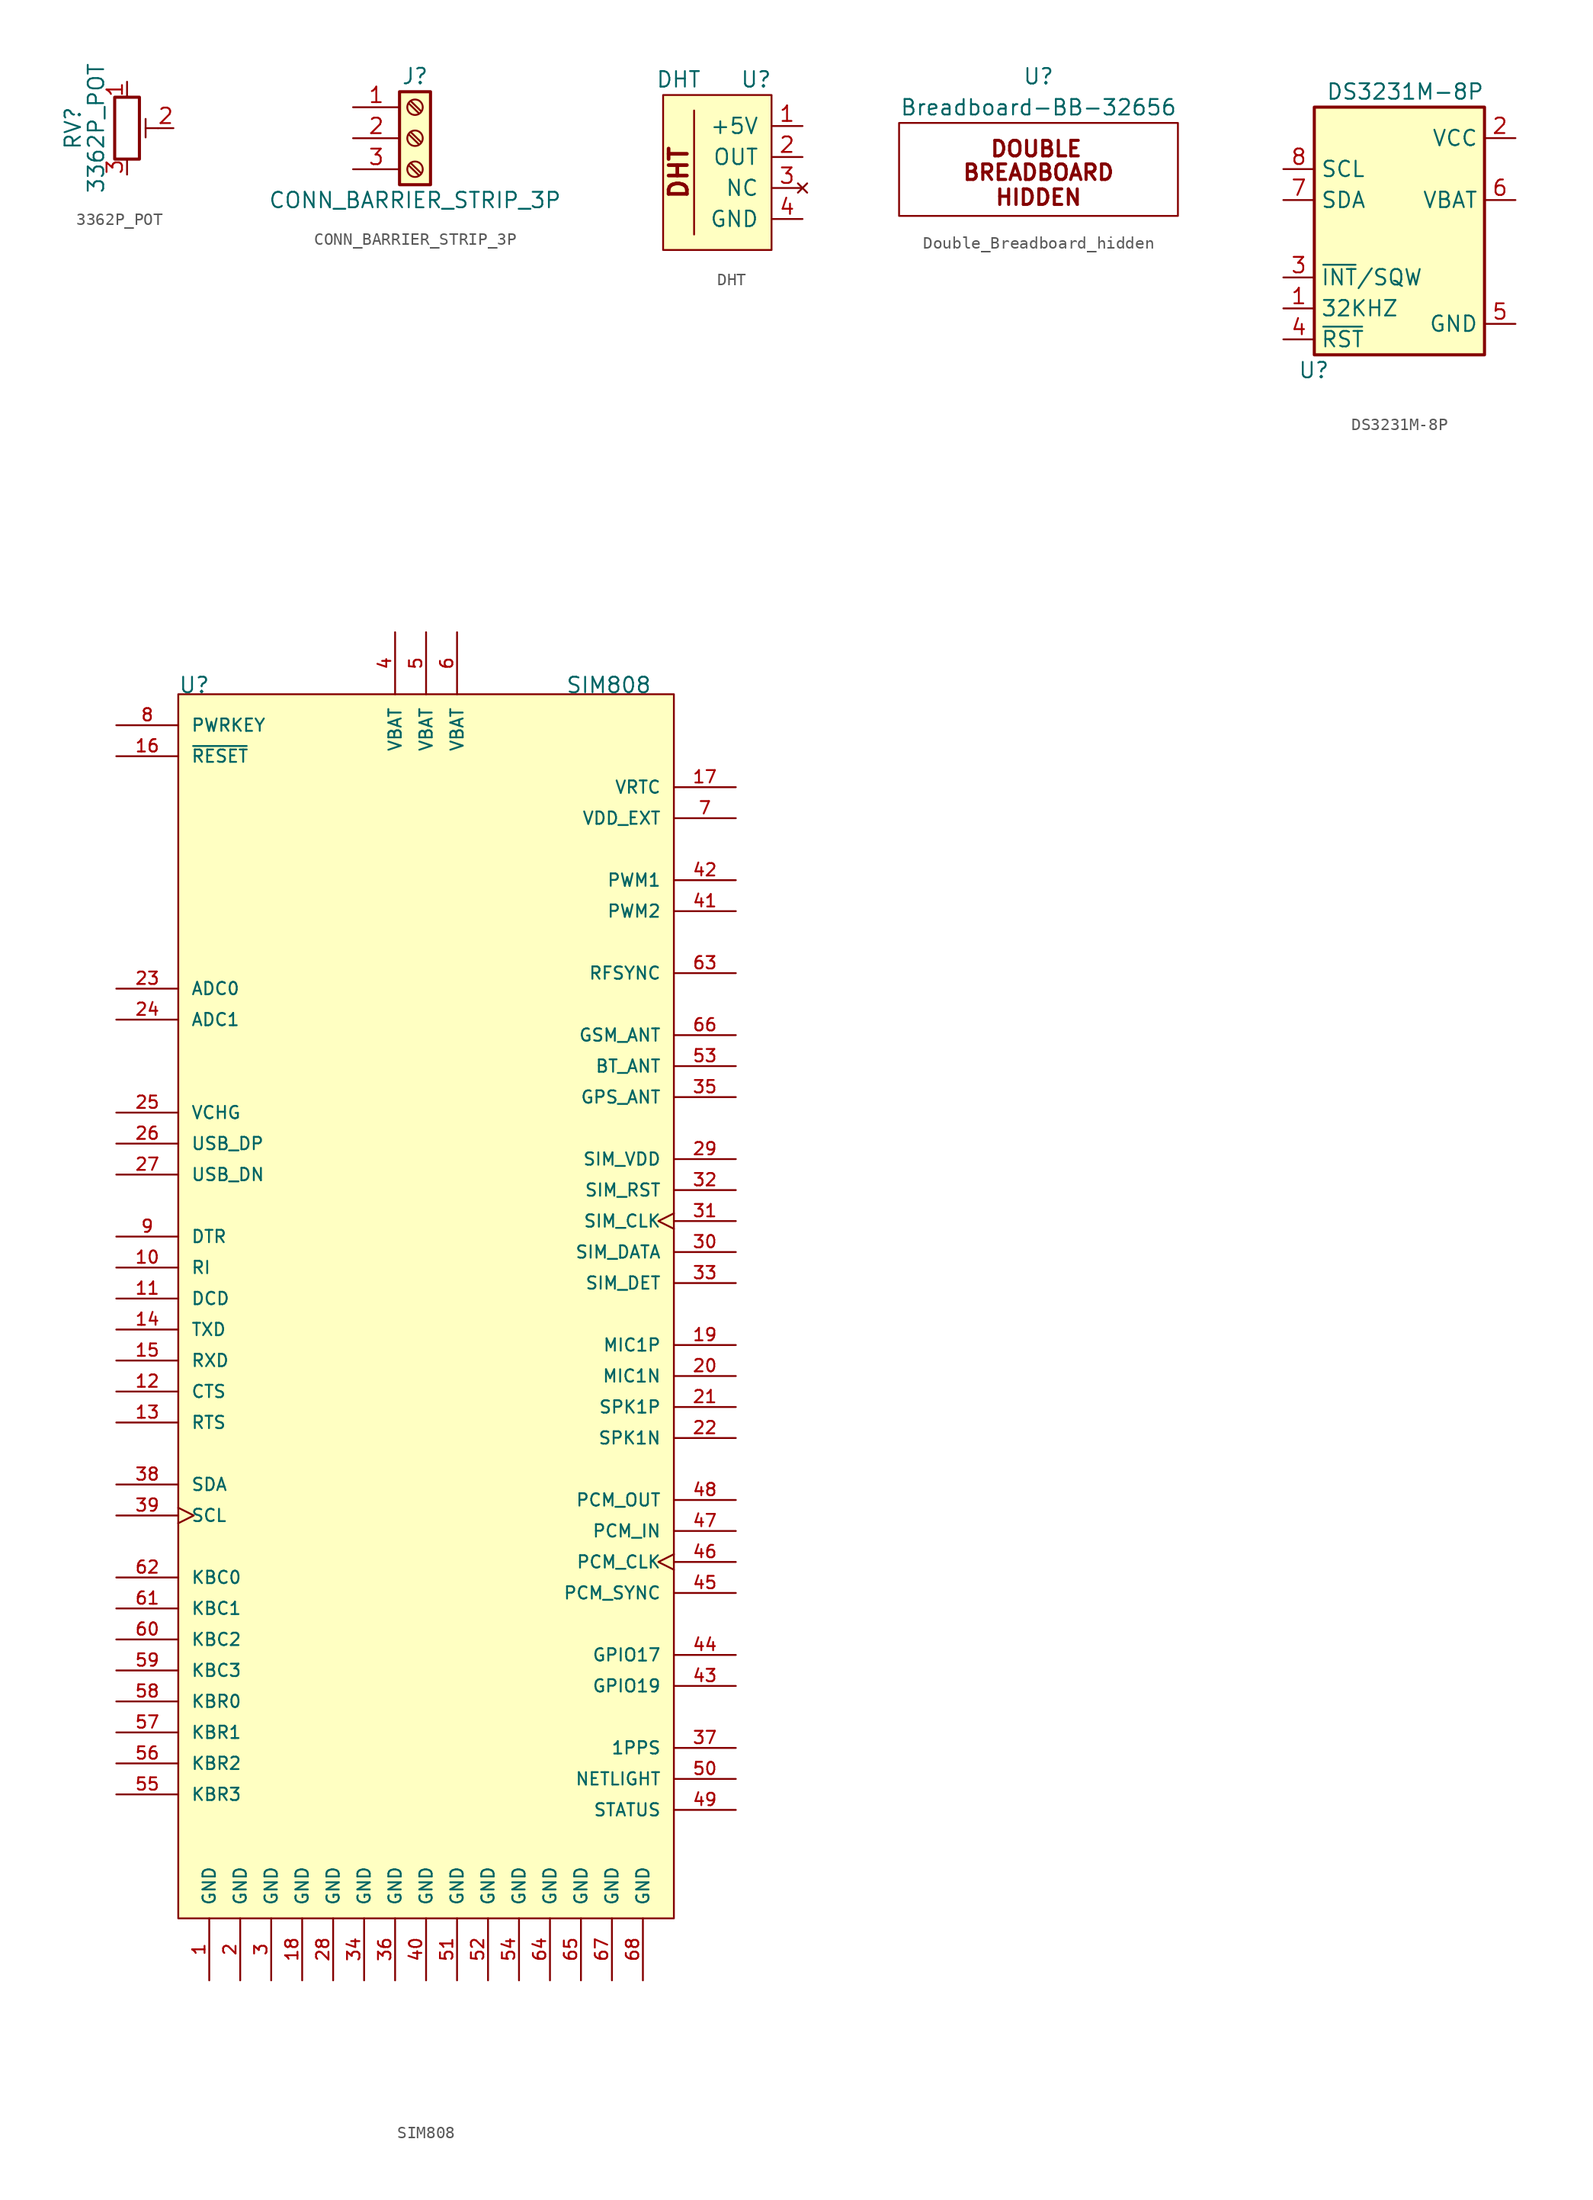
<source format=kicad_sym>
(kicad_symbol_lib
  (version 20220914)
  (generator kicad_symbol_editor)
  (symbol "3362P_POT"
    (pin_names
      (offset 1.016) hide)
    (property "Reference" "RV"
      (at -4.445 0 90)
      (effects (font (size 1.27 1.27))))
    (property "Value" "3362P_POT"
      (at -2.54 0 90)
      (effects (font (size 1.27 1.27))))
    (symbol "3362P_POT_0_1"
      (polyline (pts (xy 1.524 0.762) (xy 1.524 -0.762)) (stroke (width 0) (type solid)) (fill (type none)))
      (polyline (pts (xy 2.54 0) (xy 1.524 0)) (stroke (width 0) (type solid)) (fill (type none)))
      (rectangle (start 1.016 2.54) (end -1.016 -2.54) (stroke (width 0.254) (type solid)) (fill (type none))))
    (symbol "3362P_POT_1_1"
      (pin passive line (at 0 3.81 270) (length 1.27) (name "1" (effects (font (size 1.27 1.27)))) (number "1" (effects (font (size 1.27 1.27)))))
      (pin passive line (at 3.81 0 180) (length 1.27) (name "2" (effects (font (size 1.27 1.27)))) (number "2" (effects (font (size 1.27 1.27)))))
      (pin passive line (at 0 -3.81 90) (length 1.27) (name "3" (effects (font (size 1.27 1.27)))) (number "3" (effects (font (size 1.27 1.27)))))))
  (symbol "CONN_BARRIER_STRIP_3P"
    (pin_names
      (offset 1.016) hide)
    (property "Reference" "J"
      (at 0 5.08 0)
      (effects (font (size 1.27 1.27))))
    (property "Value" "CONN_BARRIER_STRIP_3P"
      (at 0 -5.08 0)
      (effects (font (size 1.27 1.27))))
    (symbol "CONN_BARRIER_STRIP_3P_1_1"
      (rectangle (start -1.27 3.81) (end 1.27 -3.81) (stroke (width 0.254) (type default)) (fill (type background)))
      (circle (center 0 -2.54) (radius 0.635) (stroke (width 0.152) (type default)) (fill (type none)))
      (polyline (pts (xy -0.533 -2.21) (xy 0.33 -3.048)) (stroke (width 0.152) (type default)) (fill (type none)))
      (polyline (pts (xy -0.533 0.33) (xy 0.33 -0.508)) (stroke (width 0.152) (type default)) (fill (type none)))
      (polyline (pts (xy -0.533 2.87) (xy 0.33 2.032)) (stroke (width 0.152) (type default)) (fill (type none)))
      (polyline (pts (xy -0.356 -2.032) (xy 0.508 -2.87)) (stroke (width 0.152) (type default)) (fill (type none)))
      (polyline (pts (xy -0.356 0.508) (xy 0.508 -0.33)) (stroke (width 0.152) (type default)) (fill (type none)))
      (polyline (pts (xy -0.356 3.048) (xy 0.508 2.21)) (stroke (width 0.152) (type default)) (fill (type none)))
      (circle (center 0 0) (radius 0.635) (stroke (width 0.152) (type default)) (fill (type none)))
      (circle (center 0 2.54) (radius 0.635) (stroke (width 0.152) (type default)) (fill (type none)))
      (pin passive line (at -5.08 2.54 0) (length 3.81) (name "Pin_1" (effects (font (size 1.27 1.27)))) (number "1" (effects (font (size 1.27 1.27)))))
      (pin passive line (at -5.08 0 0) (length 3.81) (name "Pin_2" (effects (font (size 1.27 1.27)))) (number "2" (effects (font (size 1.27 1.27)))))
      (pin passive line (at -5.08 -2.54 0) (length 3.81) (name "Pin_3" (effects (font (size 1.27 1.27)))) (number "3" (effects (font (size 1.27 1.27)))))))
  (symbol "DHT"
    (pin_names
      (offset 1.016))
    (property "Reference" "U"
      (at 2.54 7.62 0)
      (effects (font (size 1.27 1.27))))
    (property "Value" "DHT"
      (at -3.81 7.62 0)
      (effects (font (size 1.27 1.27))))
    (symbol "DHT_0_0"
      (polyline (pts (xy -2.54 5.08) (xy -2.54 -5.08)) (stroke (width 0) (type solid)) (fill (type none)))
      (text "DHT" (at -3.81 0 900) (effects (font (size 1.499 1.499) bold))))
    (symbol "DHT_0_1"
      (rectangle (start 3.81 -6.35) (end -5.08 6.35) (stroke (width 0) (type solid)) (fill (type background))))
    (symbol "DHT_1_1"
      (pin power_in line (at 6.35 3.81 180) (length 2.54) (name "+5V" (effects (font (size 1.27 1.27)))) (number "1" (effects (font (size 1.27 1.27)))))
      (pin output line (at 6.35 1.27 180) (length 2.54) (name "OUT" (effects (font (size 1.27 1.27)))) (number "2" (effects (font (size 1.27 1.27)))))
      (pin no_connect line (at 6.35 -1.27 180) (length 2.54) (name "NC" (effects (font (size 1.27 1.27)))) (number "3" (effects (font (size 1.27 1.27)))))
      (pin power_in line (at 6.35 -3.81 180) (length 2.54) (name "GND" (effects (font (size 1.27 1.27)))) (number "4" (effects (font (size 1.27 1.27)))))))
  (symbol "Double_Breadboard_hidden"
    (property "Reference" "U"
      (at 0 8.89 0)
      (effects (font (size 1.27 1.27))))
    (property "Value" "Breadboard-BB-32656"
      (at 0 6.35 0)
      (effects (font (size 1.27 1.27))))
    (symbol "Double_Breadboard_hidden_0_1"
      (rectangle (start -11.43 5.08) (end 11.43 -2.54) (stroke (width 0) (type default)) (fill (type none)))
      (text "BREADBOARD\nHIDDEN" (at 0 0 0) (effects (font (size 1.27 1.27) bold)))
      (text "DOUBLE" (at -0.19 2.957 0) (effects (font (size 1.27 1.27) bold)))))
  (symbol "DS3231M-8P"
    (property "Reference" "U"
      (at -5.08 -11.43 0)
      (effects (font (size 1.27 1.27)) (justify right)))
    (property "Value" "DS3231M-8P"
      (at 7.62 11.43 0)
      (effects (font (size 1.27 1.27)) (justify right)))
    (symbol "DS3231M-8P_0_1"
      (rectangle (start -6.35 10.16) (end 7.62 -10.16) (stroke (width 0.254) (type solid)) (fill (type background))))
    (symbol "DS3231M-8P_1_1"
      (pin open_collector line (at -8.89 -6.35 0) (length 2.54) (name "32KHZ" (effects (font (size 1.27 1.27)))) (number "1" (effects (font (size 1.27 1.27)))))
      (pin power_in line (at 10.16 7.62 180) (length 2.54) (name "VCC" (effects (font (size 1.27 1.27)))) (number "2" (effects (font (size 1.27 1.27)))))
      (pin open_collector line (at -8.89 -3.81 0) (length 2.54) (name "~{INT}/SQW" (effects (font (size 1.27 1.27)))) (number "3" (effects (font (size 1.27 1.27)))))
      (pin bidirectional line (at -8.89 -8.89 0) (length 2.54) (name "~{RST}" (effects (font (size 1.27 1.27)))) (number "4" (effects (font (size 1.27 1.27)))))
      (pin power_in line (at 10.16 -7.62 180) (length 2.54) (name "GND" (effects (font (size 1.27 1.27)))) (number "5" (effects (font (size 1.27 1.27)))))
      (pin power_in line (at 10.16 2.54 180) (length 2.54) (name "VBAT" (effects (font (size 1.27 1.27)))) (number "6" (effects (font (size 1.27 1.27)))))
      (pin bidirectional line (at -8.89 2.54 0) (length 2.54) (name "SDA" (effects (font (size 1.27 1.27)))) (number "7" (effects (font (size 1.27 1.27)))))
      (pin input line (at -8.89 5.08 0) (length 2.54) (name "SCL" (effects (font (size 1.27 1.27)))) (number "8" (effects (font (size 1.27 1.27)))))))
  (symbol "SIM808"
    (pin_names
      (offset 1.016))
    (property "Reference" "U"
      (at -20.32 54.61 0)
      (effects (font (size 1.27 1.27)) (justify left bottom)))
    (property "Value" "SIM808"
      (at 11.43 54.61 0)
      (effects (font (size 1.27 1.27)) (justify left bottom)))
    (symbol "SIM808_0_0"
      (rectangle (start -20.32 54.61) (end 20.32 -45.72) (stroke (width 0.152) (type default)) (fill (type background)))
      (pin power_in line (at -17.78 -50.8 90) (length 5.08) (name "GND" (effects (font (size 1.016 1.016)))) (number "1" (effects (font (size 1.016 1.016)))))
      (pin output line (at -25.4 7.62 0) (length 5.08) (name "RI" (effects (font (size 1.016 1.016)))) (number "10" (effects (font (size 1.016 1.016)))))
      (pin output line (at -25.4 5.08 0) (length 5.08) (name "DCD" (effects (font (size 1.016 1.016)))) (number "11" (effects (font (size 1.016 1.016)))))
      (pin output line (at -25.4 -2.54 0) (length 5.08) (name "CTS" (effects (font (size 1.016 1.016)))) (number "12" (effects (font (size 1.016 1.016)))))
      (pin input line (at -25.4 -5.08 0) (length 5.08) (name "RTS" (effects (font (size 1.016 1.016)))) (number "13" (effects (font (size 1.016 1.016)))))
      (pin output line (at -25.4 2.54 0) (length 5.08) (name "TXD" (effects (font (size 1.016 1.016)))) (number "14" (effects (font (size 1.016 1.016)))))
      (pin input line (at -25.4 0 0) (length 5.08) (name "RXD" (effects (font (size 1.016 1.016)))) (number "15" (effects (font (size 1.016 1.016)))))
      (pin input line (at -25.4 49.53 0) (length 5.08) (name "~{RESET}" (effects (font (size 1.016 1.016)))) (number "16" (effects (font (size 1.016 1.016)))))
      (pin bidirectional line (at 25.4 46.99 180) (length 5.08) (name "VRTC" (effects (font (size 1.016 1.016)))) (number "17" (effects (font (size 1.016 1.016)))))
      (pin power_in line (at -10.16 -50.8 90) (length 5.08) (name "GND" (effects (font (size 1.016 1.016)))) (number "18" (effects (font (size 1.016 1.016)))))
      (pin input line (at 25.4 1.27 180) (length 5.08) (name "MIC1P" (effects (font (size 1.016 1.016)))) (number "19" (effects (font (size 1.016 1.016)))))
      (pin power_in line (at -15.24 -50.8 90) (length 5.08) (name "GND" (effects (font (size 1.016 1.016)))) (number "2" (effects (font (size 1.016 1.016)))))
      (pin input line (at 25.4 -1.27 180) (length 5.08) (name "MIC1N" (effects (font (size 1.016 1.016)))) (number "20" (effects (font (size 1.016 1.016)))))
      (pin output line (at 25.4 -3.81 180) (length 5.08) (name "SPK1P" (effects (font (size 1.016 1.016)))) (number "21" (effects (font (size 1.016 1.016)))))
      (pin output line (at 25.4 -6.35 180) (length 5.08) (name "SPK1N" (effects (font (size 1.016 1.016)))) (number "22" (effects (font (size 1.016 1.016)))))
      (pin input line (at -25.4 30.48 0) (length 5.08) (name "ADC0" (effects (font (size 1.016 1.016)))) (number "23" (effects (font (size 1.016 1.016)))))
      (pin input line (at -25.4 27.94 0) (length 5.08) (name "ADC1" (effects (font (size 1.016 1.016)))) (number "24" (effects (font (size 1.016 1.016)))))
      (pin input line (at -25.4 20.32 0) (length 5.08) (name "VCHG" (effects (font (size 1.016 1.016)))) (number "25" (effects (font (size 1.016 1.016)))))
      (pin bidirectional line (at -25.4 17.78 0) (length 5.08) (name "USB_DP" (effects (font (size 1.016 1.016)))) (number "26" (effects (font (size 1.016 1.016)))))
      (pin bidirectional line (at -25.4 15.24 0) (length 5.08) (name "USB_DN" (effects (font (size 1.016 1.016)))) (number "27" (effects (font (size 1.016 1.016)))))
      (pin power_in line (at -7.62 -50.8 90) (length 5.08) (name "GND" (effects (font (size 1.016 1.016)))) (number "28" (effects (font (size 1.016 1.016)))))
      (pin output line (at 25.4 16.51 180) (length 5.08) (name "SIM_VDD" (effects (font (size 1.016 1.016)))) (number "29" (effects (font (size 1.016 1.016)))))
      (pin power_in line (at -12.7 -50.8 90) (length 5.08) (name "GND" (effects (font (size 1.016 1.016)))) (number "3" (effects (font (size 1.016 1.016)))))
      (pin bidirectional line (at 25.4 8.89 180) (length 5.08) (name "SIM_DATA" (effects (font (size 1.016 1.016)))) (number "30" (effects (font (size 1.016 1.016)))))
      (pin output clock (at 25.4 11.43 180) (length 5.08) (name "SIM_CLK" (effects (font (size 1.016 1.016)))) (number "31" (effects (font (size 1.016 1.016)))))
      (pin output line (at 25.4 13.97 180) (length 5.08) (name "SIM_RST" (effects (font (size 1.016 1.016)))) (number "32" (effects (font (size 1.016 1.016)))))
      (pin input line (at 25.4 6.35 180) (length 5.08) (name "SIM_DET" (effects (font (size 1.016 1.016)))) (number "33" (effects (font (size 1.016 1.016)))))
      (pin power_in line (at -5.08 -50.8 90) (length 5.08) (name "GND" (effects (font (size 1.016 1.016)))) (number "34" (effects (font (size 1.016 1.016)))))
      (pin input line (at 25.4 21.59 180) (length 5.08) (name "GPS_ANT" (effects (font (size 1.016 1.016)))) (number "35" (effects (font (size 1.016 1.016)))))
      (pin power_in line (at -2.54 -50.8 90) (length 5.08) (name "GND" (effects (font (size 1.016 1.016)))) (number "36" (effects (font (size 1.016 1.016)))))
      (pin output line (at 25.4 -31.75 180) (length 5.08) (name "1PPS" (effects (font (size 1.016 1.016)))) (number "37" (effects (font (size 1.016 1.016)))))
      (pin bidirectional line (at -25.4 -10.16 0) (length 5.08) (name "SDA" (effects (font (size 1.016 1.016)))) (number "38" (effects (font (size 1.016 1.016)))))
      (pin input clock (at -25.4 -12.7 0) (length 5.08) (name "SCL" (effects (font (size 1.016 1.016)))) (number "39" (effects (font (size 1.016 1.016)))))
      (pin power_in line (at -2.54 59.69 270) (length 5.08) (name "VBAT" (effects (font (size 1.016 1.016)))) (number "4" (effects (font (size 1.016 1.016)))))
      (pin power_in line (at 0 -50.8 90) (length 5.08) (name "GND" (effects (font (size 1.016 1.016)))) (number "40" (effects (font (size 1.016 1.016)))))
      (pin output line (at 25.4 36.83 180) (length 5.08) (name "PWM2" (effects (font (size 1.016 1.016)))) (number "41" (effects (font (size 1.016 1.016)))))
      (pin output line (at 25.4 39.37 180) (length 5.08) (name "PWM1" (effects (font (size 1.016 1.016)))) (number "42" (effects (font (size 1.016 1.016)))))
      (pin bidirectional line (at 25.4 -26.67 180) (length 5.08) (name "GPIO19" (effects (font (size 1.016 1.016)))) (number "43" (effects (font (size 1.016 1.016)))))
      (pin bidirectional line (at 25.4 -24.13 180) (length 5.08) (name "GPIO17" (effects (font (size 1.016 1.016)))) (number "44" (effects (font (size 1.016 1.016)))))
      (pin output line (at 25.4 -19.05 180) (length 5.08) (name "PCM_SYNC" (effects (font (size 1.016 1.016)))) (number "45" (effects (font (size 1.016 1.016)))))
      (pin input clock (at 25.4 -16.51 180) (length 5.08) (name "PCM_CLK" (effects (font (size 1.016 1.016)))) (number "46" (effects (font (size 1.016 1.016)))))
      (pin input line (at 25.4 -13.97 180) (length 5.08) (name "PCM_IN" (effects (font (size 1.016 1.016)))) (number "47" (effects (font (size 1.016 1.016)))))
      (pin output line (at 25.4 -11.43 180) (length 5.08) (name "PCM_OUT" (effects (font (size 1.016 1.016)))) (number "48" (effects (font (size 1.016 1.016)))))
      (pin output line (at 25.4 -36.83 180) (length 5.08) (name "STATUS" (effects (font (size 1.016 1.016)))) (number "49" (effects (font (size 1.016 1.016)))))
      (pin power_in line (at 0 59.69 270) (length 5.08) (name "VBAT" (effects (font (size 1.016 1.016)))) (number "5" (effects (font (size 1.016 1.016)))))
      (pin output line (at 25.4 -34.29 180) (length 5.08) (name "NETLIGHT" (effects (font (size 1.016 1.016)))) (number "50" (effects (font (size 1.016 1.016)))))
      (pin power_in line (at 2.54 -50.8 90) (length 5.08) (name "GND" (effects (font (size 1.016 1.016)))) (number "51" (effects (font (size 1.016 1.016)))))
      (pin power_in line (at 5.08 -50.8 90) (length 5.08) (name "GND" (effects (font (size 1.016 1.016)))) (number "52" (effects (font (size 1.016 1.016)))))
      (pin bidirectional line (at 25.4 24.13 180) (length 5.08) (name "BT_ANT" (effects (font (size 1.016 1.016)))) (number "53" (effects (font (size 1.016 1.016)))))
      (pin power_in line (at 7.62 -50.8 90) (length 5.08) (name "GND" (effects (font (size 1.016 1.016)))) (number "54" (effects (font (size 1.016 1.016)))))
      (pin output line (at -25.4 -35.56 0) (length 5.08) (name "KBR3" (effects (font (size 1.016 1.016)))) (number "55" (effects (font (size 1.016 1.016)))))
      (pin output line (at -25.4 -33.02 0) (length 5.08) (name "KBR2" (effects (font (size 1.016 1.016)))) (number "56" (effects (font (size 1.016 1.016)))))
      (pin output line (at -25.4 -30.48 0) (length 5.08) (name "KBR1" (effects (font (size 1.016 1.016)))) (number "57" (effects (font (size 1.016 1.016)))))
      (pin output line (at -25.4 -27.94 0) (length 5.08) (name "KBR0" (effects (font (size 1.016 1.016)))) (number "58" (effects (font (size 1.016 1.016)))))
      (pin input line (at -25.4 -25.4 0) (length 5.08) (name "KBC3" (effects (font (size 1.016 1.016)))) (number "59" (effects (font (size 1.016 1.016)))))
      (pin power_in line (at 2.54 59.69 270) (length 5.08) (name "VBAT" (effects (font (size 1.016 1.016)))) (number "6" (effects (font (size 1.016 1.016)))))
      (pin input line (at -25.4 -22.86 0) (length 5.08) (name "KBC2" (effects (font (size 1.016 1.016)))) (number "60" (effects (font (size 1.016 1.016)))))
      (pin input line (at -25.4 -20.32 0) (length 5.08) (name "KBC1" (effects (font (size 1.016 1.016)))) (number "61" (effects (font (size 1.016 1.016)))))
      (pin input line (at -25.4 -17.78 0) (length 5.08) (name "KBC0" (effects (font (size 1.016 1.016)))) (number "62" (effects (font (size 1.016 1.016)))))
      (pin output line (at 25.4 31.75 180) (length 5.08) (name "RFSYNC" (effects (font (size 1.016 1.016)))) (number "63" (effects (font (size 1.016 1.016)))))
      (pin power_in line (at 10.16 -50.8 90) (length 5.08) (name "GND" (effects (font (size 1.016 1.016)))) (number "64" (effects (font (size 1.016 1.016)))))
      (pin power_in line (at 12.7 -50.8 90) (length 5.08) (name "GND" (effects (font (size 1.016 1.016)))) (number "65" (effects (font (size 1.016 1.016)))))
      (pin bidirectional line (at 25.4 26.67 180) (length 5.08) (name "GSM_ANT" (effects (font (size 1.016 1.016)))) (number "66" (effects (font (size 1.016 1.016)))))
      (pin power_in line (at 15.24 -50.8 90) (length 5.08) (name "GND" (effects (font (size 1.016 1.016)))) (number "67" (effects (font (size 1.016 1.016)))))
      (pin power_in line (at 17.78 -50.8 90) (length 5.08) (name "GND" (effects (font (size 1.016 1.016)))) (number "68" (effects (font (size 1.016 1.016)))))
      (pin output line (at 25.4 44.45 180) (length 5.08) (name "VDD_EXT" (effects (font (size 1.016 1.016)))) (number "7" (effects (font (size 1.016 1.016)))))
      (pin input line (at -25.4 52.07 0) (length 5.08) (name "PWRKEY" (effects (font (size 1.016 1.016)))) (number "8" (effects (font (size 1.016 1.016)))))
      (pin input line (at -25.4 10.16 0) (length 5.08) (name "DTR" (effects (font (size 1.016 1.016)))) (number "9" (effects (font (size 1.016 1.016))))))))
</source>
